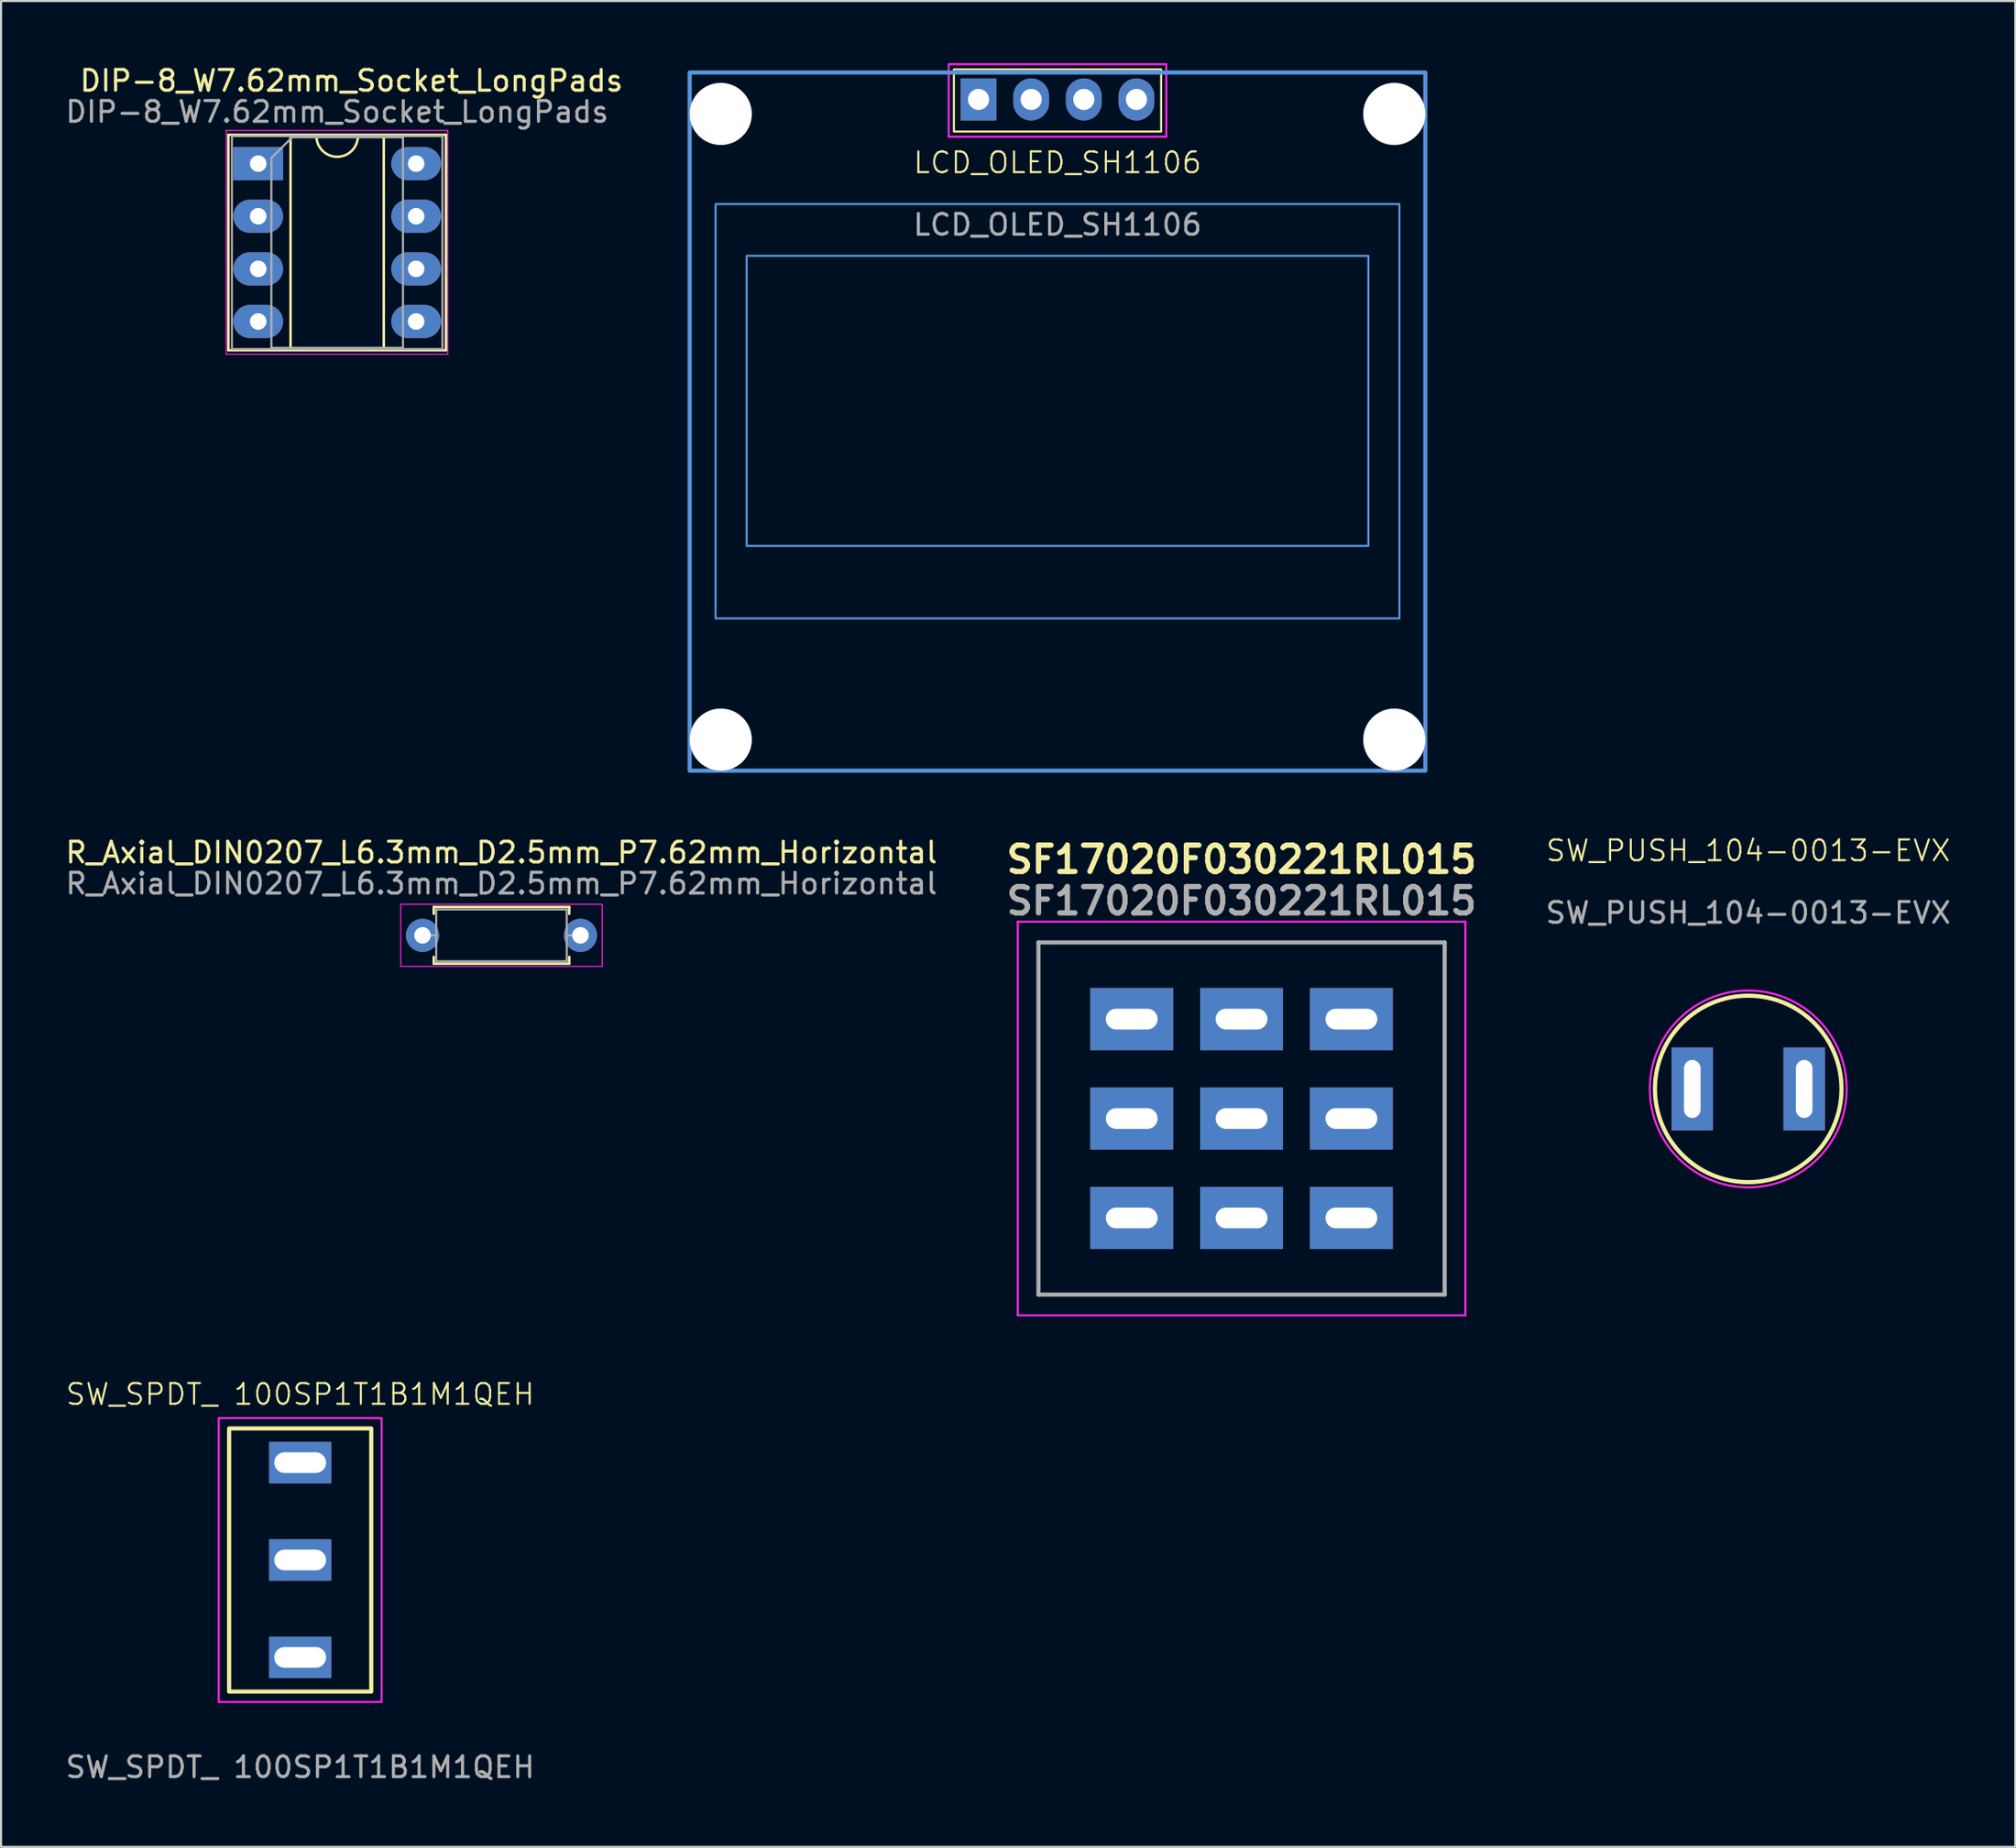
<source format=kicad_pcb>
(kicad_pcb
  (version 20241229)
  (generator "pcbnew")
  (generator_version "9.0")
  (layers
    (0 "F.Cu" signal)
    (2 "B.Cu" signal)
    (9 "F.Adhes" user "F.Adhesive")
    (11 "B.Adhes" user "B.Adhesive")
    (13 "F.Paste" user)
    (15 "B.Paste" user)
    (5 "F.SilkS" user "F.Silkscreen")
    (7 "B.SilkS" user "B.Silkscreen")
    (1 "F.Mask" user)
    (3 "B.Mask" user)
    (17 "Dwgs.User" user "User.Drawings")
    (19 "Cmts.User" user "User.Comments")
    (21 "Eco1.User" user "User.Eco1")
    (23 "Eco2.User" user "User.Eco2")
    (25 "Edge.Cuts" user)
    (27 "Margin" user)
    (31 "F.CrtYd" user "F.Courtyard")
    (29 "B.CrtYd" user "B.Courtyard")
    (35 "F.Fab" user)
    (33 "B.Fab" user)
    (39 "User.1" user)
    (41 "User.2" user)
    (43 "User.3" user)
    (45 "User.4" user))
  (footprint "SF17020F030221RL015"
    (layer "F.Cu")
    (at 56.861 50.939)
    (property "Reference" "SF17020F030221RL015" (at 0 -12.5 0) (layer "F.SilkS") (effects (font (size 1.27 1.27) (thickness 0.254))))
    (attr through_hole)
    (fp_line (start -9.8 -8.5) (end 9.8 -8.5) (stroke (width 0.1) (type solid)) (layer "F.SilkS"))
    (fp_line (start -9.8 8.5) (end -9.8 -8.5) (stroke (width 0.1) (type solid)) (layer "F.SilkS"))
    (fp_line (start 9.8 -8.5) (end 9.8 8.5) (stroke (width 0.1) (type solid)) (layer "F.SilkS"))
    (fp_line (start 9.8 8.5) (end -9.8 8.5) (stroke (width 0.1) (type solid)) (layer "F.SilkS"))
    (fp_line (start -10.8 -9.5) (end 10.8 -9.5) (stroke (width 0.1) (type solid)) (layer "F.CrtYd"))
    (fp_line (start -10.8 9.5) (end -10.8 -9.5) (stroke (width 0.1) (type solid)) (layer "F.CrtYd"))
    (fp_line (start 10.8 -9.5) (end 10.8 9.5) (stroke (width 0.1) (type solid)) (layer "F.CrtYd"))
    (fp_line (start 10.8 9.5) (end -10.8 9.5) (stroke (width 0.1) (type solid)) (layer "F.CrtYd"))
    (fp_line (start -9.8 -8.5) (end 9.8 -8.5) (stroke (width 0.2) (type solid)) (layer "F.Fab"))
    (fp_line (start -9.8 8.5) (end -9.8 -8.5) (stroke (width 0.2) (type solid)) (layer "F.Fab"))
    (fp_line (start 9.8 -8.5) (end 9.8 8.5) (stroke (width 0.2) (type solid)) (layer "F.Fab"))
    (fp_line (start 9.8 8.5) (end -9.8 8.5) (stroke (width 0.2) (type solid)) (layer "F.Fab"))
    (fp_text user "${REFERENCE}" (at 0 -10.5 0) (layer "F.Fab") (effects (font (size 1.27 1.27) (thickness 0.254))))
    (pad "1" thru_hole rect (at 5.3 4.8) (size 4 3) (drill oval 2.5 1) (layers "*.Cu" "*.Mask"))
    (pad "2" thru_hole rect (at 5.3 0) (size 4 3) (drill oval 2.5 1) (layers "*.Cu" "*.Mask"))
    (pad "3" thru_hole rect (at 5.3 -4.8) (size 4 3) (drill oval 2.5 1) (layers "*.Cu" "*.Mask"))
    (pad "4" thru_hole rect (at 0 4.8) (size 4 3) (drill oval 2.5 1) (layers "*.Cu" "*.Mask"))
    (pad "5" thru_hole rect (at 0 0) (size 4 3) (drill oval 2.5 1) (layers "*.Cu" "*.Mask"))
    (pad "6" thru_hole rect (at 0 -4.8) (size 4 3) (drill oval 2.5 1) (layers "*.Cu" "*.Mask"))
    (pad "7" thru_hole rect (at -5.3 4.8) (size 4 3) (drill oval 2.5 1) (layers "*.Cu" "*.Mask"))
    (pad "8" thru_hole rect (at -5.3 0) (size 4 3) (drill oval 2.5 1) (layers "*.Cu" "*.Mask"))
    (pad "9" thru_hole rect (at -5.3 -4.8) (size 4 3) (drill oval 2.5 1) (layers "*.Cu" "*.Mask")))
  (footprint "SW_PUSH_104-0013-EVX"
    (layer "F.Cu")
    (at 81.311 49.511)
    (property "Reference" "SW_PUSH_104-0013-EVX" (at 0 -11.5 0) (unlocked yes) (layer "F.SilkS") (effects (font (size 1 1) (thickness 0.1))))
    (attr through_hole)
    (fp_circle (center 0 0) (end 4.5 0) (stroke (width 0.2) (type default)) (fill no) (layer "F.SilkS"))
    (fp_circle (center 0 0) (end 4.75 0) (stroke (width 0.1) (type default)) (fill no) (layer "F.CrtYd"))
    (fp_text user "${REFERENCE}" (at 0 -8.5 0) (unlocked yes) (layer "F.Fab") (effects (font (size 1 1) (thickness 0.15))))
    (pad "1" thru_hole rect (at -2.7 0) (size 2 4) (drill oval 0.8 2.8) (layers "*.Cu" "*.Mask"))
    (pad "2" thru_hole rect (at 2.7 0) (size 2 4) (drill oval 0.8 2.8) (layers "*.Cu" "*.Mask")))
  (footprint "SW_SPDT_ 100SP1T1B1M1QEH"
    (layer "F.Cu")
    (at 11.435 72.249)
    (property "Reference" "SW_SPDT_ 100SP1T1B1M1QEH" (at 0 -8 0) (unlocked yes) (layer "F.SilkS") (effects (font (size 1 1) (thickness 0.1))))
    (attr through_hole)
    (fp_rect (start -3.43 -6.35) (end 3.43 6.35) (stroke (width 0.2) (type default)) (fill no) (layer "F.SilkS"))
    (fp_rect (start -3.93 -6.85) (end 3.93 6.85) (stroke (width 0.1) (type default)) (fill no) (layer "F.CrtYd"))
    (fp_text user "${REFERENCE}" (at 0 10 0) (unlocked yes) (layer "F.Fab") (effects (font (size 1 1) (thickness 0.15))))
    (pad "1" thru_hole rect (at 0 -4.7) (size 3 2) (drill oval 2.5 1) (layers "*.Cu" "*.Mask"))
    (pad "2" thru_hole rect (at 0 0) (size 3 2) (drill oval 2.5 1) (layers "*.Cu" "*.Mask"))
    (pad "3" thru_hole rect (at 0 4.7) (size 3 2) (drill oval 2.5 1) (layers "*.Cu" "*.Mask")))
  (footprint "LCD_OLED_SH1106"
    (layer "F.Cu")
    (at 47.98 17.3)
    (property "Reference" "LCD_OLED_SH1106" (at 0 -12.5 0) (unlocked yes) (layer "F.SilkS") (effects (font (size 1 1) (thickness 0.1))))
    (attr through_hole)
    (fp_rect (start -5 -17) (end 5 -14) (stroke (width 0.1) (type default)) (fill no) (layer "F.SilkS"))
    (fp_rect (start -17.75 -16.85) (end 17.75 16.85) (stroke (width 0.2) (type default)) (fill no) (layer "Cmts.User"))
    (fp_rect (start -16.5 -10.5) (end 16.5 9.5) (stroke (width 0.1) (type default)) (fill no) (layer "Cmts.User"))
    (fp_rect (start -15 -8) (end 15 6) (stroke (width 0.1) (type default)) (fill no) (layer "Cmts.User"))
    (fp_rect (start -5.25 -17.25) (end 5.25 -13.75) (stroke (width 0.1) (type default)) (fill no) (layer "F.CrtYd"))
    (fp_text user "${REFERENCE}" (at 0 -9.5 0) (unlocked yes) (layer "F.Fab") (effects (font (size 1 1) (thickness 0.15))))
    (pad "" np_thru_hole circle (at -16.25 -14.85) (size 3 3) (drill 3) (layers "*.Cu" "*.Mask"))
    (pad "" np_thru_hole circle (at -16.25 15.35) (size 3 3) (drill 3) (layers "*.Cu" "*.Mask"))
    (pad "" np_thru_hole circle (at 16.25 -14.85) (size 3 3) (drill 3) (layers "*.Cu" "*.Mask"))
    (pad "" np_thru_hole circle (at 16.25 15.35) (size 3 3) (drill 3) (layers "*.Cu" "*.Mask"))
    (pad "1" thru_hole rect (at -3.81 -15.55 90) (size 2.03 1.73) (drill 1.02) (layers "*.Cu" "*.Mask"))
    (pad "2" thru_hole oval (at -1.27 -15.55 90) (size 2.03 1.73) (drill 1.02) (layers "*.Cu" "*.Mask"))
    (pad "3" thru_hole oval (at 1.27 -15.55 90) (size 2.03 1.73) (drill 1.02) (layers "*.Cu" "*.Mask"))
    (pad "4" thru_hole oval (at 3.81 -15.55 90) (size 2.03 1.73) (drill 1.02) (layers "*.Cu" "*.Mask")))
  (footprint "DIP-8_W7.62mm_Socket_LongPads"
    (layer "F.Cu")
    (at 9.41 4.848)
    (property "Reference" "DIP-8_W7.62mm_Socket_LongPads" (at 4.5 -4 0) (layer "F.SilkS") (effects (font (size 1 1) (thickness 0.15))))
    (attr through_hole)
    (fp_line (start -1.44 -1.39) (end -1.44 9.01) (stroke (width 0.12) (type solid)) (layer "F.SilkS"))
    (fp_line (start -1.44 9.01) (end 9.06 9.01) (stroke (width 0.12) (type solid)) (layer "F.SilkS"))
    (fp_line (start 1.56 -1.33) (end 1.56 8.95) (stroke (width 0.12) (type solid)) (layer "F.SilkS"))
    (fp_line (start 1.56 8.95) (end 6.06 8.95) (stroke (width 0.12) (type solid)) (layer "F.SilkS"))
    (fp_line (start 2.81 -1.33) (end 1.56 -1.33) (stroke (width 0.12) (type solid)) (layer "F.SilkS"))
    (fp_line (start 6.06 -1.33) (end 4.81 -1.33) (stroke (width 0.12) (type solid)) (layer "F.SilkS"))
    (fp_line (start 6.06 8.95) (end 6.06 -1.33) (stroke (width 0.12) (type solid)) (layer "F.SilkS"))
    (fp_line (start 9.06 -1.39) (end -1.44 -1.39) (stroke (width 0.12) (type solid)) (layer "F.SilkS"))
    (fp_line (start 9.06 9.01) (end 9.06 -1.39) (stroke (width 0.12) (type solid)) (layer "F.SilkS"))
    (fp_arc (start 4.81 -1.33) (mid 3.81 -0.33) (end 2.81 -1.33) (stroke (width 0.12) (type solid)) (layer "F.SilkS"))
    (fp_line (start -1.55 -1.6) (end -1.55 9.2) (stroke (width 0.05) (type solid)) (layer "F.CrtYd"))
    (fp_line (start -1.55 9.2) (end 9.15 9.2) (stroke (width 0.05) (type solid)) (layer "F.CrtYd"))
    (fp_line (start 9.15 -1.6) (end -1.55 -1.6) (stroke (width 0.05) (type solid)) (layer "F.CrtYd"))
    (fp_line (start 9.15 9.2) (end 9.15 -1.6) (stroke (width 0.05) (type solid)) (layer "F.CrtYd"))
    (fp_line (start -1.27 -1.33) (end -1.27 8.95) (stroke (width 0.1) (type solid)) (layer "F.Fab"))
    (fp_line (start -1.27 8.95) (end 8.89 8.95) (stroke (width 0.1) (type solid)) (layer "F.Fab"))
    (fp_line (start 0.635 -0.27) (end 1.635 -1.27) (stroke (width 0.1) (type solid)) (layer "F.Fab"))
    (fp_line (start 0.635 8.89) (end 0.635 -0.27) (stroke (width 0.1) (type solid)) (layer "F.Fab"))
    (fp_line (start 1.635 -1.27) (end 6.985 -1.27) (stroke (width 0.1) (type solid)) (layer "F.Fab"))
    (fp_line (start 6.985 -1.27) (end 6.985 8.89) (stroke (width 0.1) (type solid)) (layer "F.Fab"))
    (fp_line (start 6.985 8.89) (end 0.635 8.89) (stroke (width 0.1) (type solid)) (layer "F.Fab"))
    (fp_line (start 8.89 -1.33) (end -1.27 -1.33) (stroke (width 0.1) (type solid)) (layer "F.Fab"))
    (fp_line (start 8.89 8.95) (end 8.89 -1.33) (stroke (width 0.1) (type solid)) (layer "F.Fab"))
    (fp_text user "${REFERENCE}" (at 3.81 -2.5 0) (layer "F.Fab") (effects (font (size 1 1) (thickness 0.15))))
    (pad "1" thru_hole rect (at 0 0) (size 2.4 1.6) (drill 0.8) (layers "*.Cu" "*.Mask"))
    (pad "2" thru_hole oval (at 0 2.54) (size 2.4 1.6) (drill 0.8) (layers "*.Cu" "*.Mask"))
    (pad "3" thru_hole oval (at 0 5.08) (size 2.4 1.6) (drill 0.8) (layers "*.Cu" "*.Mask"))
    (pad "4" thru_hole oval (at 0 7.62) (size 2.4 1.6) (drill 0.8) (layers "*.Cu" "*.Mask"))
    (pad "5" thru_hole oval (at 7.62 7.62) (size 2.4 1.6) (drill 0.8) (layers "*.Cu" "*.Mask"))
    (pad "6" thru_hole oval (at 7.62 5.08) (size 2.4 1.6) (drill 0.8) (layers "*.Cu" "*.Mask"))
    (pad "7" thru_hole oval (at 7.62 2.54) (size 2.4 1.6) (drill 0.8) (layers "*.Cu" "*.Mask"))
    (pad "8" thru_hole oval (at 7.62 0) (size 2.4 1.6) (drill 0.8) (layers "*.Cu" "*.Mask")))
  (footprint "R_Axial_DIN0207_L6.3mm_D2.5mm_P7.62mm_Horizontal"
    (layer "F.Cu")
    (at 17.349 42.098)
    (property "Reference" "R_Axial_DIN0207_L6.3mm_D2.5mm_P7.62mm_Horizontal" (at 3.8 -4 0) (layer "F.SilkS") (effects (font (size 1 1) (thickness 0.15))))
    (attr through_hole)
    (fp_line (start 0.53 -1.37) (end 7.07 -1.37) (stroke (width 0.12) (type solid)) (layer "F.SilkS"))
    (fp_line (start 0.53 -1.04) (end 0.53 -1.37) (stroke (width 0.12) (type solid)) (layer "F.SilkS"))
    (fp_line (start 0.53 1.04) (end 0.53 1.37) (stroke (width 0.12) (type solid)) (layer "F.SilkS"))
    (fp_line (start 0.53 1.37) (end 7.07 1.37) (stroke (width 0.12) (type solid)) (layer "F.SilkS"))
    (fp_line (start 7.07 -1.37) (end 7.07 -1.04) (stroke (width 0.12) (type solid)) (layer "F.SilkS"))
    (fp_line (start 7.07 1.37) (end 7.07 1.04) (stroke (width 0.12) (type solid)) (layer "F.SilkS"))
    (fp_line (start -1.06 -1.5) (end -1.06 1.5) (stroke (width 0.05) (type solid)) (layer "F.CrtYd"))
    (fp_line (start -1.06 1.5) (end 8.66 1.5) (stroke (width 0.05) (type solid)) (layer "F.CrtYd"))
    (fp_line (start 8.66 -1.5) (end -1.06 -1.5) (stroke (width 0.05) (type solid)) (layer "F.CrtYd"))
    (fp_line (start 8.66 1.5) (end 8.66 -1.5) (stroke (width 0.05) (type solid)) (layer "F.CrtYd"))
    (fp_line (start -0.01 0) (end 0.65 0) (stroke (width 0.1) (type solid)) (layer "F.Fab"))
    (fp_line (start 0.65 -1.25) (end 0.65 1.25) (stroke (width 0.1) (type solid)) (layer "F.Fab"))
    (fp_line (start 0.65 1.25) (end 6.95 1.25) (stroke (width 0.1) (type solid)) (layer "F.Fab"))
    (fp_line (start 6.95 -1.25) (end 0.65 -1.25) (stroke (width 0.1) (type solid)) (layer "F.Fab"))
    (fp_line (start 6.95 1.25) (end 6.95 -1.25) (stroke (width 0.1) (type solid)) (layer "F.Fab"))
    (fp_line (start 7.61 0) (end 6.95 0) (stroke (width 0.1) (type solid)) (layer "F.Fab"))
    (fp_text user "${REFERENCE}" (at 3.8 -2.5 0) (layer "F.Fab") (effects (font (size 1 1) (thickness 0.15))))
    (pad "1" thru_hole circle (at -0.01 0) (size 1.6 1.6) (drill 0.8) (layers "*.Cu" "*.Mask"))
    (pad "2" thru_hole oval (at 7.61 0) (size 1.6 1.6) (drill 0.8) (layers "*.Cu" "*.Mask")))
  (gr_rect
    (start -3 -3)
    (end 94.198 86.097)
    (stroke (width 0.1) (type default))
    (fill no)
    (layer "Edge.Cuts")))
</source>
